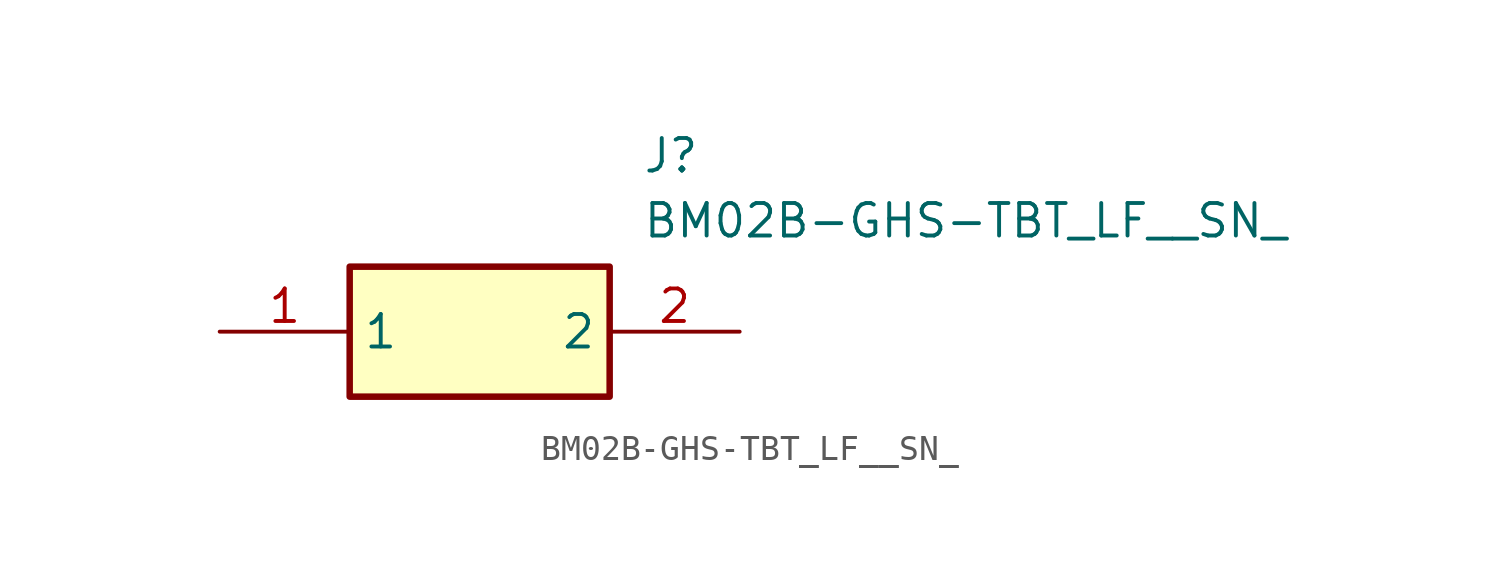
<source format=kicad_sym>
(kicad_symbol_lib
  (version 20211014)
  (generator SamacSys_ECAD_Model)
  (symbol "BM02B-GHS-TBT_LF__SN_"
    (property "Reference" "J"
      (at 16.51 7.62 0)
      (effects (font (size 1.27 1.27)) (justify left top)))
    (property "Value" "BM02B-GHS-TBT_LF__SN_"
      (at 16.51 5.08 0)
      (effects (font (size 1.27 1.27)) (justify left top)))
    (rectangle
      (start 5.08 2.54)
      (end 15.24 -2.54)
      (stroke (width 0.254) (type default))
      (fill (type background)))
    (pin passive line
      (at 0 0 0)
      (length 5.08)
      (name "1" (effects (font (size 1.27 1.27))))
      (number "1" (effects (font (size 1.27 1.27)))))
    (pin passive line
      (at 20.32 0 180)
      (length 5.08)
      (name "2" (effects (font (size 1.27 1.27))))
      (number "2" (effects (font (size 1.27 1.27)))))))
</source>
